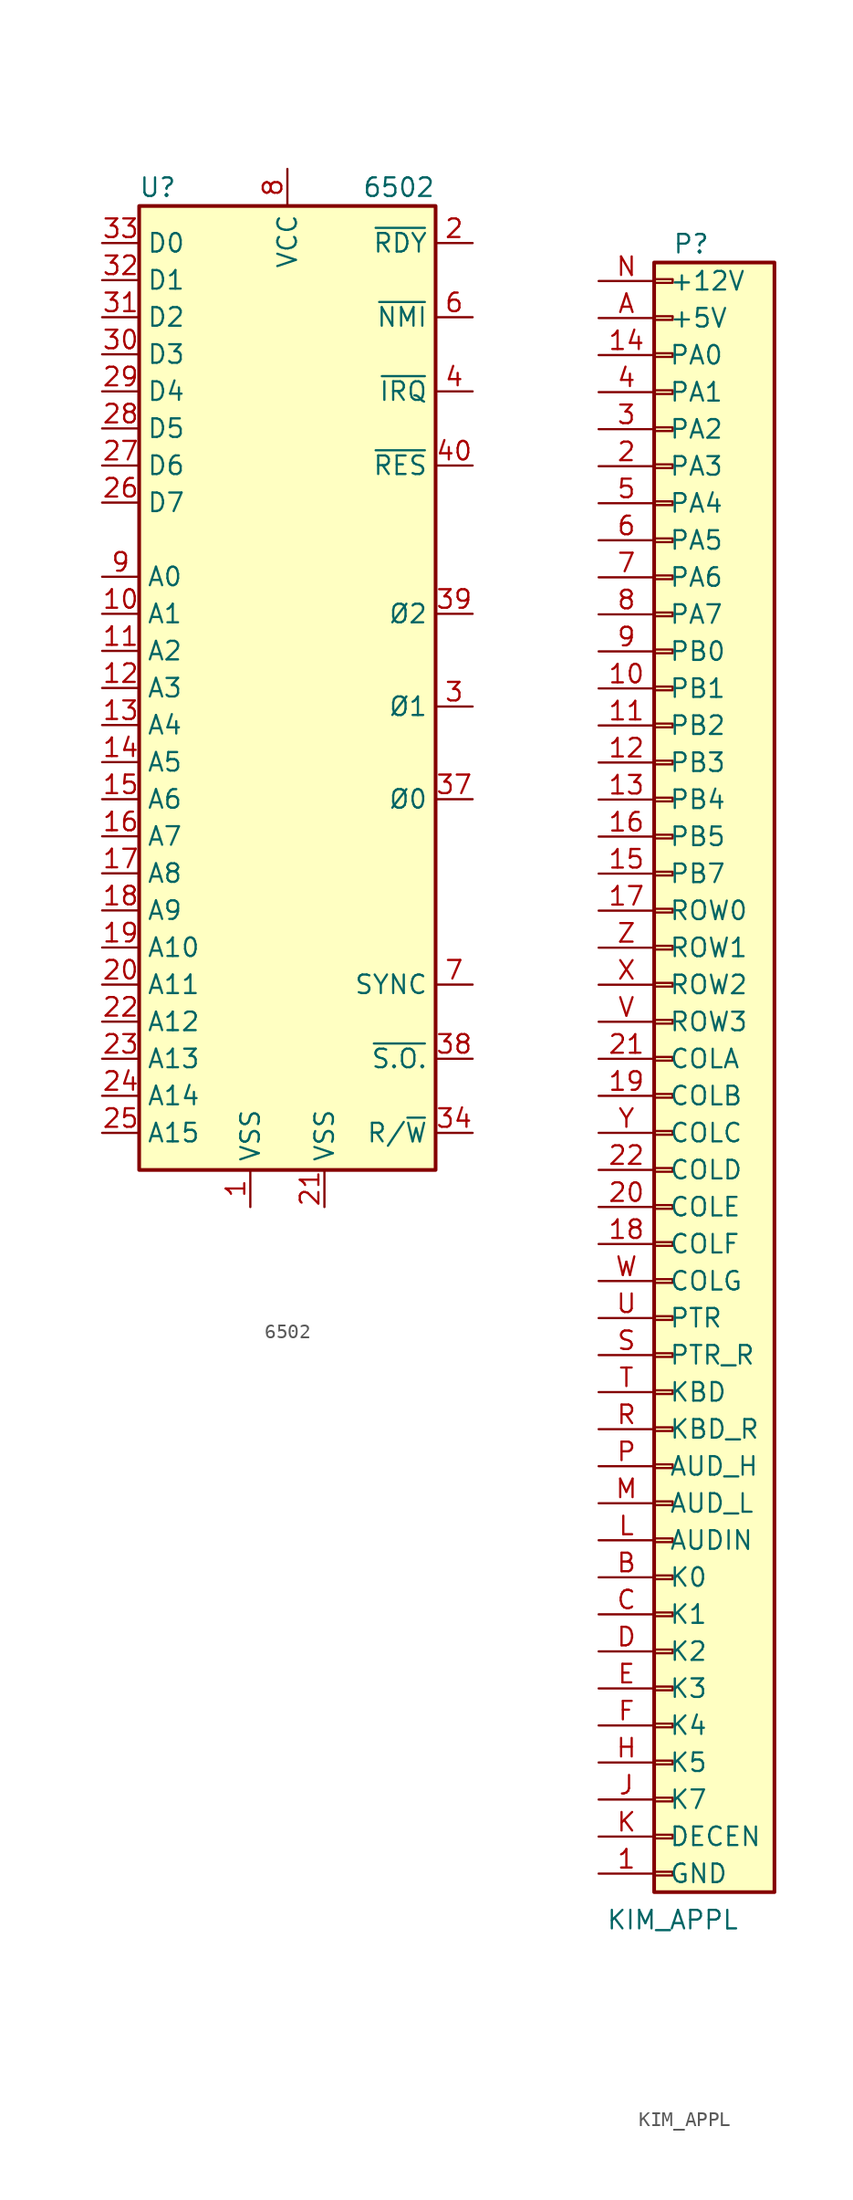
<source format=kicad_sym>
(kicad_symbol_lib
  (version 20220914)
  (generator kicad_symbol_editor)
  (symbol "6502"
    (property "Reference" "U"
      (at -8.89 34.29 0)
      (effects (font (size 1.27 1.27))))
    (property "Value" "6502"
      (at 10.16 34.29 0)
      (effects (font (size 1.27 1.27)) (justify right)))
    (symbol "6502_0_1"
      (rectangle (start -10.16 -33.02) (end 10.16 33.02) (stroke (width 0.254) (type default)) (fill (type background))))
    (symbol "6502_1_1"
      (pin power_in line (at -2.54 -35.56 90) (length 2.54) (name "VSS" (effects (font (size 1.27 1.27)))) (number "1" (effects (font (size 1.27 1.27)))))
      (pin output line (at -12.7 5.08 0) (length 2.54) (name "A1" (effects (font (size 1.27 1.27)))) (number "10" (effects (font (size 1.27 1.27)))))
      (pin output line (at -12.7 2.54 0) (length 2.54) (name "A2" (effects (font (size 1.27 1.27)))) (number "11" (effects (font (size 1.27 1.27)))))
      (pin output line (at -12.7 0 0) (length 2.54) (name "A3" (effects (font (size 1.27 1.27)))) (number "12" (effects (font (size 1.27 1.27)))))
      (pin output line (at -12.7 -2.54 0) (length 2.54) (name "A4" (effects (font (size 1.27 1.27)))) (number "13" (effects (font (size 1.27 1.27)))))
      (pin output line (at -12.7 -5.08 0) (length 2.54) (name "A5" (effects (font (size 1.27 1.27)))) (number "14" (effects (font (size 1.27 1.27)))))
      (pin output line (at -12.7 -7.62 0) (length 2.54) (name "A6" (effects (font (size 1.27 1.27)))) (number "15" (effects (font (size 1.27 1.27)))))
      (pin output line (at -12.7 -10.16 0) (length 2.54) (name "A7" (effects (font (size 1.27 1.27)))) (number "16" (effects (font (size 1.27 1.27)))))
      (pin output line (at -12.7 -12.7 0) (length 2.54) (name "A8" (effects (font (size 1.27 1.27)))) (number "17" (effects (font (size 1.27 1.27)))))
      (pin output line (at -12.7 -15.24 0) (length 2.54) (name "A9" (effects (font (size 1.27 1.27)))) (number "18" (effects (font (size 1.27 1.27)))))
      (pin output line (at -12.7 -17.78 0) (length 2.54) (name "A10" (effects (font (size 1.27 1.27)))) (number "19" (effects (font (size 1.27 1.27)))))
      (pin input line (at 12.7 30.48 180) (length 2.54) (name "~{RDY}" (effects (font (size 1.27 1.27)))) (number "2" (effects (font (size 1.27 1.27)))))
      (pin output line (at -12.7 -20.32 0) (length 2.54) (name "A11" (effects (font (size 1.27 1.27)))) (number "20" (effects (font (size 1.27 1.27)))))
      (pin power_in line (at 2.54 -35.56 90) (length 2.54) (name "VSS" (effects (font (size 1.27 1.27)))) (number "21" (effects (font (size 1.27 1.27)))))
      (pin output line (at -12.7 -22.86 0) (length 2.54) (name "A12" (effects (font (size 1.27 1.27)))) (number "22" (effects (font (size 1.27 1.27)))))
      (pin output line (at -12.7 -25.4 0) (length 2.54) (name "A13" (effects (font (size 1.27 1.27)))) (number "23" (effects (font (size 1.27 1.27)))))
      (pin output line (at -12.7 -27.94 0) (length 2.54) (name "A14" (effects (font (size 1.27 1.27)))) (number "24" (effects (font (size 1.27 1.27)))))
      (pin output line (at -12.7 -30.48 0) (length 2.54) (name "A15" (effects (font (size 1.27 1.27)))) (number "25" (effects (font (size 1.27 1.27)))))
      (pin bidirectional line (at -12.7 12.7 0) (length 2.54) (name "D7" (effects (font (size 1.27 1.27)))) (number "26" (effects (font (size 1.27 1.27)))))
      (pin bidirectional line (at -12.7 15.24 0) (length 2.54) (name "D6" (effects (font (size 1.27 1.27)))) (number "27" (effects (font (size 1.27 1.27)))))
      (pin bidirectional line (at -12.7 17.78 0) (length 2.54) (name "D5" (effects (font (size 1.27 1.27)))) (number "28" (effects (font (size 1.27 1.27)))))
      (pin bidirectional line (at -12.7 20.32 0) (length 2.54) (name "D4" (effects (font (size 1.27 1.27)))) (number "29" (effects (font (size 1.27 1.27)))))
      (pin output line (at 12.7 -1.27 180) (length 2.54) (name "Ø1" (effects (font (size 1.27 1.27)))) (number "3" (effects (font (size 1.27 1.27)))))
      (pin bidirectional line (at -12.7 22.86 0) (length 2.54) (name "D3" (effects (font (size 1.27 1.27)))) (number "30" (effects (font (size 1.27 1.27)))))
      (pin bidirectional line (at -12.7 25.4 0) (length 2.54) (name "D2" (effects (font (size 1.27 1.27)))) (number "31" (effects (font (size 1.27 1.27)))))
      (pin bidirectional line (at -12.7 27.94 0) (length 2.54) (name "D1" (effects (font (size 1.27 1.27)))) (number "32" (effects (font (size 1.27 1.27)))))
      (pin bidirectional line (at -12.7 30.48 0) (length 2.54) (name "D0" (effects (font (size 1.27 1.27)))) (number "33" (effects (font (size 1.27 1.27)))))
      (pin output line (at 12.7 -30.48 180) (length 2.54) (name "R/~{W}" (effects (font (size 1.27 1.27)))) (number "34" (effects (font (size 1.27 1.27)))))
      (pin no_connect line (at 12.7 -15.24 180) (length 2.54) hide (name "N.C." (effects (font (size 1.27 1.27)))) (number "35" (effects (font (size 1.27 1.27)))))
      (pin no_connect line (at 12.7 -12.7 180) (length 2.54) hide (name "N.C." (effects (font (size 1.27 1.27)))) (number "36" (effects (font (size 1.27 1.27)))))
      (pin input line (at 12.7 -7.62 180) (length 2.54) (name "Ø0" (effects (font (size 1.27 1.27)))) (number "37" (effects (font (size 1.27 1.27)))))
      (pin input line (at 12.7 -25.4 180) (length 2.54) (name "~{S.O.}" (effects (font (size 1.27 1.27)))) (number "38" (effects (font (size 1.27 1.27)))))
      (pin output line (at 12.7 5.08 180) (length 2.54) (name "Ø2" (effects (font (size 1.27 1.27)))) (number "39" (effects (font (size 1.27 1.27)))))
      (pin input line (at 12.7 20.32 180) (length 2.54) (name "~{IRQ}" (effects (font (size 1.27 1.27)))) (number "4" (effects (font (size 1.27 1.27)))))
      (pin input line (at 12.7 15.24 180) (length 2.54) (name "~{RES}" (effects (font (size 1.27 1.27)))) (number "40" (effects (font (size 1.27 1.27)))))
      (pin no_connect line (at 12.7 10.16 180) (length 2.54) hide (name "N.C." (effects (font (size 1.27 1.27)))) (number "5" (effects (font (size 1.27 1.27)))))
      (pin input line (at 12.7 25.4 180) (length 2.54) (name "~{NMI}" (effects (font (size 1.27 1.27)))) (number "6" (effects (font (size 1.27 1.27)))))
      (pin output line (at 12.7 -20.32 180) (length 2.54) (name "SYNC" (effects (font (size 1.27 1.27)))) (number "7" (effects (font (size 1.27 1.27)))))
      (pin power_in line (at 0 35.56 270) (length 2.54) (name "VCC" (effects (font (size 1.27 1.27)))) (number "8" (effects (font (size 1.27 1.27)))))
      (pin output line (at -12.7 7.62 0) (length 2.54) (name "A0" (effects (font (size 1.27 1.27)))) (number "9" (effects (font (size 1.27 1.27)))))))
  (symbol "KIM_APPL"
    (pin_names
      (offset 1.016))
    (property "Reference" "P"
      (at 1.27 55.88 0)
      (effects (font (size 1.27 1.27))))
    (property "Value" "KIM_APPL"
      (at 0 -59.055 0)
      (effects (font (size 1.27 1.27))))
    (symbol "KIM_APPL_1_1"
      (rectangle (start -1.27 0.127) (end 0 -0.127) (stroke (width 0.152) (type default)) (fill (type none)))
      (rectangle (start -1.27 2.667) (end 0 2.413) (stroke (width 0.152) (type default)) (fill (type none)))
      (rectangle (start -1.27 5.207) (end 0 4.953) (stroke (width 0.152) (type default)) (fill (type none)))
      (rectangle (start -1.27 7.747) (end 0 7.493) (stroke (width 0.152) (type default)) (fill (type none)))
      (rectangle (start -1.27 10.287) (end 0 10.033) (stroke (width 0.152) (type default)) (fill (type none)))
      (rectangle (start -1.27 12.827) (end 0 12.573) (stroke (width 0.152) (type default)) (fill (type none)))
      (rectangle (start -1.27 15.367) (end 0 15.113) (stroke (width 0.152) (type default)) (fill (type none)))
      (rectangle (start -1.27 17.907) (end 0 17.653) (stroke (width 0.152) (type default)) (fill (type none)))
      (rectangle (start -1.27 20.447) (end 0 20.193) (stroke (width 0.152) (type default)) (fill (type none)))
      (rectangle (start -1.27 22.987) (end 0 22.733) (stroke (width 0.152) (type default)) (fill (type none)))
      (rectangle (start -1.27 25.527) (end 0 25.273) (stroke (width 0.152) (type default)) (fill (type none)))
      (rectangle (start -1.27 28.067) (end 0 27.813) (stroke (width 0.152) (type default)) (fill (type none)))
      (rectangle (start -1.27 30.607) (end 0 30.353) (stroke (width 0.152) (type default)) (fill (type none)))
      (rectangle (start -1.27 33.147) (end 0 32.893) (stroke (width 0.152) (type default)) (fill (type none)))
      (rectangle (start -1.27 35.687) (end 0 35.433) (stroke (width 0.152) (type default)) (fill (type none)))
      (rectangle (start -1.27 38.227) (end 0 37.973) (stroke (width 0.152) (type default)) (fill (type none)))
      (rectangle (start -1.27 40.767) (end 0 40.513) (stroke (width 0.152) (type default)) (fill (type none)))
      (rectangle (start -1.27 43.307) (end 0 43.053) (stroke (width 0.152) (type default)) (fill (type none)))
      (rectangle (start -1.27 45.847) (end 0 45.593) (stroke (width 0.152) (type default)) (fill (type none)))
      (rectangle (start -1.27 48.387) (end 0 48.133) (stroke (width 0.152) (type default)) (fill (type none)))
      (rectangle (start -1.27 50.927) (end 0 50.673) (stroke (width 0.152) (type default)) (fill (type none)))
      (rectangle (start -1.27 53.467) (end 0 53.213) (stroke (width 0.152) (type default)) (fill (type none)))
      (rectangle (start -1.27 54.61) (end 6.985 -57.15) (stroke (width 0.254) (type default)) (fill (type background)))
      (rectangle (start 0 -56.007) (end -1.27 -55.753) (stroke (width 0.152) (type default)) (fill (type none)))
      (rectangle (start 0 -53.467) (end -1.27 -53.213) (stroke (width 0.152) (type default)) (fill (type none)))
      (rectangle (start 0 -50.927) (end -1.27 -50.673) (stroke (width 0.152) (type default)) (fill (type none)))
      (rectangle (start 0 -48.387) (end -1.27 -48.133) (stroke (width 0.152) (type default)) (fill (type none)))
      (rectangle (start 0 -45.847) (end -1.27 -45.593) (stroke (width 0.152) (type default)) (fill (type none)))
      (rectangle (start 0 -43.307) (end -1.27 -43.053) (stroke (width 0.152) (type default)) (fill (type none)))
      (rectangle (start 0 -40.767) (end -1.27 -40.513) (stroke (width 0.152) (type default)) (fill (type none)))
      (rectangle (start 0 -38.227) (end -1.27 -37.973) (stroke (width 0.152) (type default)) (fill (type none)))
      (rectangle (start 0 -35.687) (end -1.27 -35.433) (stroke (width 0.152) (type default)) (fill (type none)))
      (rectangle (start 0 -33.147) (end -1.27 -32.893) (stroke (width 0.152) (type default)) (fill (type none)))
      (rectangle (start 0 -30.607) (end -1.27 -30.353) (stroke (width 0.152) (type default)) (fill (type none)))
      (rectangle (start 0 -28.067) (end -1.27 -27.813) (stroke (width 0.152) (type default)) (fill (type none)))
      (rectangle (start 0 -25.527) (end -1.27 -25.273) (stroke (width 0.152) (type default)) (fill (type none)))
      (rectangle (start 0 -22.987) (end -1.27 -22.733) (stroke (width 0.152) (type default)) (fill (type none)))
      (rectangle (start 0 -20.447) (end -1.27 -20.193) (stroke (width 0.152) (type default)) (fill (type none)))
      (rectangle (start 0 -17.907) (end -1.27 -17.653) (stroke (width 0.152) (type default)) (fill (type none)))
      (rectangle (start 0 -15.367) (end -1.27 -15.113) (stroke (width 0.152) (type default)) (fill (type none)))
      (rectangle (start 0 -12.827) (end -1.27 -12.573) (stroke (width 0.152) (type default)) (fill (type none)))
      (rectangle (start 0 -10.287) (end -1.27 -10.033) (stroke (width 0.152) (type default)) (fill (type none)))
      (rectangle (start 0 -7.747) (end -1.27 -7.493) (stroke (width 0.152) (type default)) (fill (type none)))
      (rectangle (start 0 -5.207) (end -1.27 -4.953) (stroke (width 0.152) (type default)) (fill (type none)))
      (rectangle (start 0 -2.667) (end -1.27 -2.413) (stroke (width 0.152) (type default)) (fill (type none)))
      (pin passive line (at -5.08 -55.88 0) (length 3.81) (name "GND" (effects (font (size 1.27 1.27)))) (number "1" (effects (font (size 1.27 1.27)))))
      (pin passive line (at -5.08 25.4 0) (length 3.81) (name "PB1" (effects (font (size 1.27 1.27)))) (number "10" (effects (font (size 1.27 1.27)))))
      (pin passive line (at -5.08 22.86 0) (length 3.81) (name "PB2" (effects (font (size 1.27 1.27)))) (number "11" (effects (font (size 1.27 1.27)))))
      (pin passive line (at -5.08 20.32 0) (length 3.81) (name "PB3" (effects (font (size 1.27 1.27)))) (number "12" (effects (font (size 1.27 1.27)))))
      (pin passive line (at -5.08 17.78 0) (length 3.81) (name "PB4" (effects (font (size 1.27 1.27)))) (number "13" (effects (font (size 1.27 1.27)))))
      (pin passive line (at -5.08 48.26 0) (length 3.81) (name "PA0" (effects (font (size 1.27 1.27)))) (number "14" (effects (font (size 1.27 1.27)))))
      (pin passive line (at -5.08 12.7 0) (length 3.81) (name "PB7" (effects (font (size 1.27 1.27)))) (number "15" (effects (font (size 1.27 1.27)))))
      (pin passive line (at -5.08 15.24 0) (length 3.81) (name "PB5" (effects (font (size 1.27 1.27)))) (number "16" (effects (font (size 1.27 1.27)))))
      (pin passive line (at -5.08 10.16 0) (length 3.81) (name "ROW0" (effects (font (size 1.27 1.27)))) (number "17" (effects (font (size 1.27 1.27)))))
      (pin passive line (at -5.08 -12.7 0) (length 3.81) (name "COLF" (effects (font (size 1.27 1.27)))) (number "18" (effects (font (size 1.27 1.27)))))
      (pin passive line (at -5.08 -2.54 0) (length 3.81) (name "COLB" (effects (font (size 1.27 1.27)))) (number "19" (effects (font (size 1.27 1.27)))))
      (pin passive line (at -5.08 40.64 0) (length 3.81) (name "PA3" (effects (font (size 1.27 1.27)))) (number "2" (effects (font (size 1.27 1.27)))))
      (pin passive line (at -5.08 -10.16 0) (length 3.81) (name "COLE" (effects (font (size 1.27 1.27)))) (number "20" (effects (font (size 1.27 1.27)))))
      (pin passive line (at -5.08 0 0) (length 3.81) (name "COLA" (effects (font (size 1.27 1.27)))) (number "21" (effects (font (size 1.27 1.27)))))
      (pin passive line (at -5.08 -7.62 0) (length 3.81) (name "COLD" (effects (font (size 1.27 1.27)))) (number "22" (effects (font (size 1.27 1.27)))))
      (pin passive line (at -5.08 43.18 0) (length 3.81) (name "PA2" (effects (font (size 1.27 1.27)))) (number "3" (effects (font (size 1.27 1.27)))))
      (pin passive line (at -5.08 45.72 0) (length 3.81) (name "PA1" (effects (font (size 1.27 1.27)))) (number "4" (effects (font (size 1.27 1.27)))))
      (pin passive line (at -5.08 38.1 0) (length 3.81) (name "PA4" (effects (font (size 1.27 1.27)))) (number "5" (effects (font (size 1.27 1.27)))))
      (pin passive line (at -5.08 35.56 0) (length 3.81) (name "PA5" (effects (font (size 1.27 1.27)))) (number "6" (effects (font (size 1.27 1.27)))))
      (pin passive line (at -5.08 33.02 0) (length 3.81) (name "PA6" (effects (font (size 1.27 1.27)))) (number "7" (effects (font (size 1.27 1.27)))))
      (pin passive line (at -5.08 30.48 0) (length 3.81) (name "PA7" (effects (font (size 1.27 1.27)))) (number "8" (effects (font (size 1.27 1.27)))))
      (pin passive line (at -5.08 27.94 0) (length 3.81) (name "PB0" (effects (font (size 1.27 1.27)))) (number "9" (effects (font (size 1.27 1.27)))))
      (pin passive line (at -5.08 50.8 0) (length 3.81) (name "+5V" (effects (font (size 1.27 1.27)))) (number "A" (effects (font (size 1.27 1.27)))))
      (pin passive line (at -5.08 -35.56 0) (length 3.81) (name "K0" (effects (font (size 1.27 1.27)))) (number "B" (effects (font (size 1.27 1.27)))))
      (pin passive line (at -5.08 -38.1 0) (length 3.81) (name "K1" (effects (font (size 1.27 1.27)))) (number "C" (effects (font (size 1.27 1.27)))))
      (pin passive line (at -5.08 -40.64 0) (length 3.81) (name "K2" (effects (font (size 1.27 1.27)))) (number "D" (effects (font (size 1.27 1.27)))))
      (pin passive line (at -5.08 -43.18 0) (length 3.81) (name "K3" (effects (font (size 1.27 1.27)))) (number "E" (effects (font (size 1.27 1.27)))))
      (pin passive line (at -5.08 -45.72 0) (length 3.81) (name "K4" (effects (font (size 1.27 1.27)))) (number "F" (effects (font (size 1.27 1.27)))))
      (pin passive line (at -5.08 -48.26 0) (length 3.81) (name "K5" (effects (font (size 1.27 1.27)))) (number "H" (effects (font (size 1.27 1.27)))))
      (pin passive line (at -5.08 -50.8 0) (length 3.81) (name "K7" (effects (font (size 1.27 1.27)))) (number "J" (effects (font (size 1.27 1.27)))))
      (pin passive line (at -5.08 -53.34 0) (length 3.81) (name "DECEN" (effects (font (size 1.27 1.27)))) (number "K" (effects (font (size 1.27 1.27)))))
      (pin passive line (at -5.08 -33.02 0) (length 3.81) (name "AUDIN" (effects (font (size 1.27 1.27)))) (number "L" (effects (font (size 1.27 1.27)))))
      (pin passive line (at -5.08 -30.48 0) (length 3.81) (name "AUD_L" (effects (font (size 1.27 1.27)))) (number "M" (effects (font (size 1.27 1.27)))))
      (pin passive line (at -5.08 53.34 0) (length 3.81) (name "+12V" (effects (font (size 1.27 1.27)))) (number "N" (effects (font (size 1.27 1.27)))))
      (pin passive line (at -5.08 -27.94 0) (length 3.81) (name "AUD_H" (effects (font (size 1.27 1.27)))) (number "P" (effects (font (size 1.27 1.27)))))
      (pin passive line (at -5.08 -25.4 0) (length 3.81) (name "KBD_R" (effects (font (size 1.27 1.27)))) (number "R" (effects (font (size 1.27 1.27)))))
      (pin passive line (at -5.08 -20.32 0) (length 3.81) (name "PTR_R" (effects (font (size 1.27 1.27)))) (number "S" (effects (font (size 1.27 1.27)))))
      (pin passive line (at -5.08 -22.86 0) (length 3.81) (name "KBD" (effects (font (size 1.27 1.27)))) (number "T" (effects (font (size 1.27 1.27)))))
      (pin passive line (at -5.08 -17.78 0) (length 3.81) (name "PTR" (effects (font (size 1.27 1.27)))) (number "U" (effects (font (size 1.27 1.27)))))
      (pin passive line (at -5.08 2.54 0) (length 3.81) (name "ROW3" (effects (font (size 1.27 1.27)))) (number "V" (effects (font (size 1.27 1.27)))))
      (pin passive line (at -5.08 -15.24 0) (length 3.81) (name "COLG" (effects (font (size 1.27 1.27)))) (number "W" (effects (font (size 1.27 1.27)))))
      (pin passive line (at -5.08 5.08 0) (length 3.81) (name "ROW2" (effects (font (size 1.27 1.27)))) (number "X" (effects (font (size 1.27 1.27)))))
      (pin passive line (at -5.08 -5.08 0) (length 3.81) (name "COLC" (effects (font (size 1.27 1.27)))) (number "Y" (effects (font (size 1.27 1.27)))))
      (pin passive line (at -5.08 7.62 0) (length 3.81) (name "ROW1" (effects (font (size 1.27 1.27)))) (number "Z" (effects (font (size 1.27 1.27))))))))
</source>
